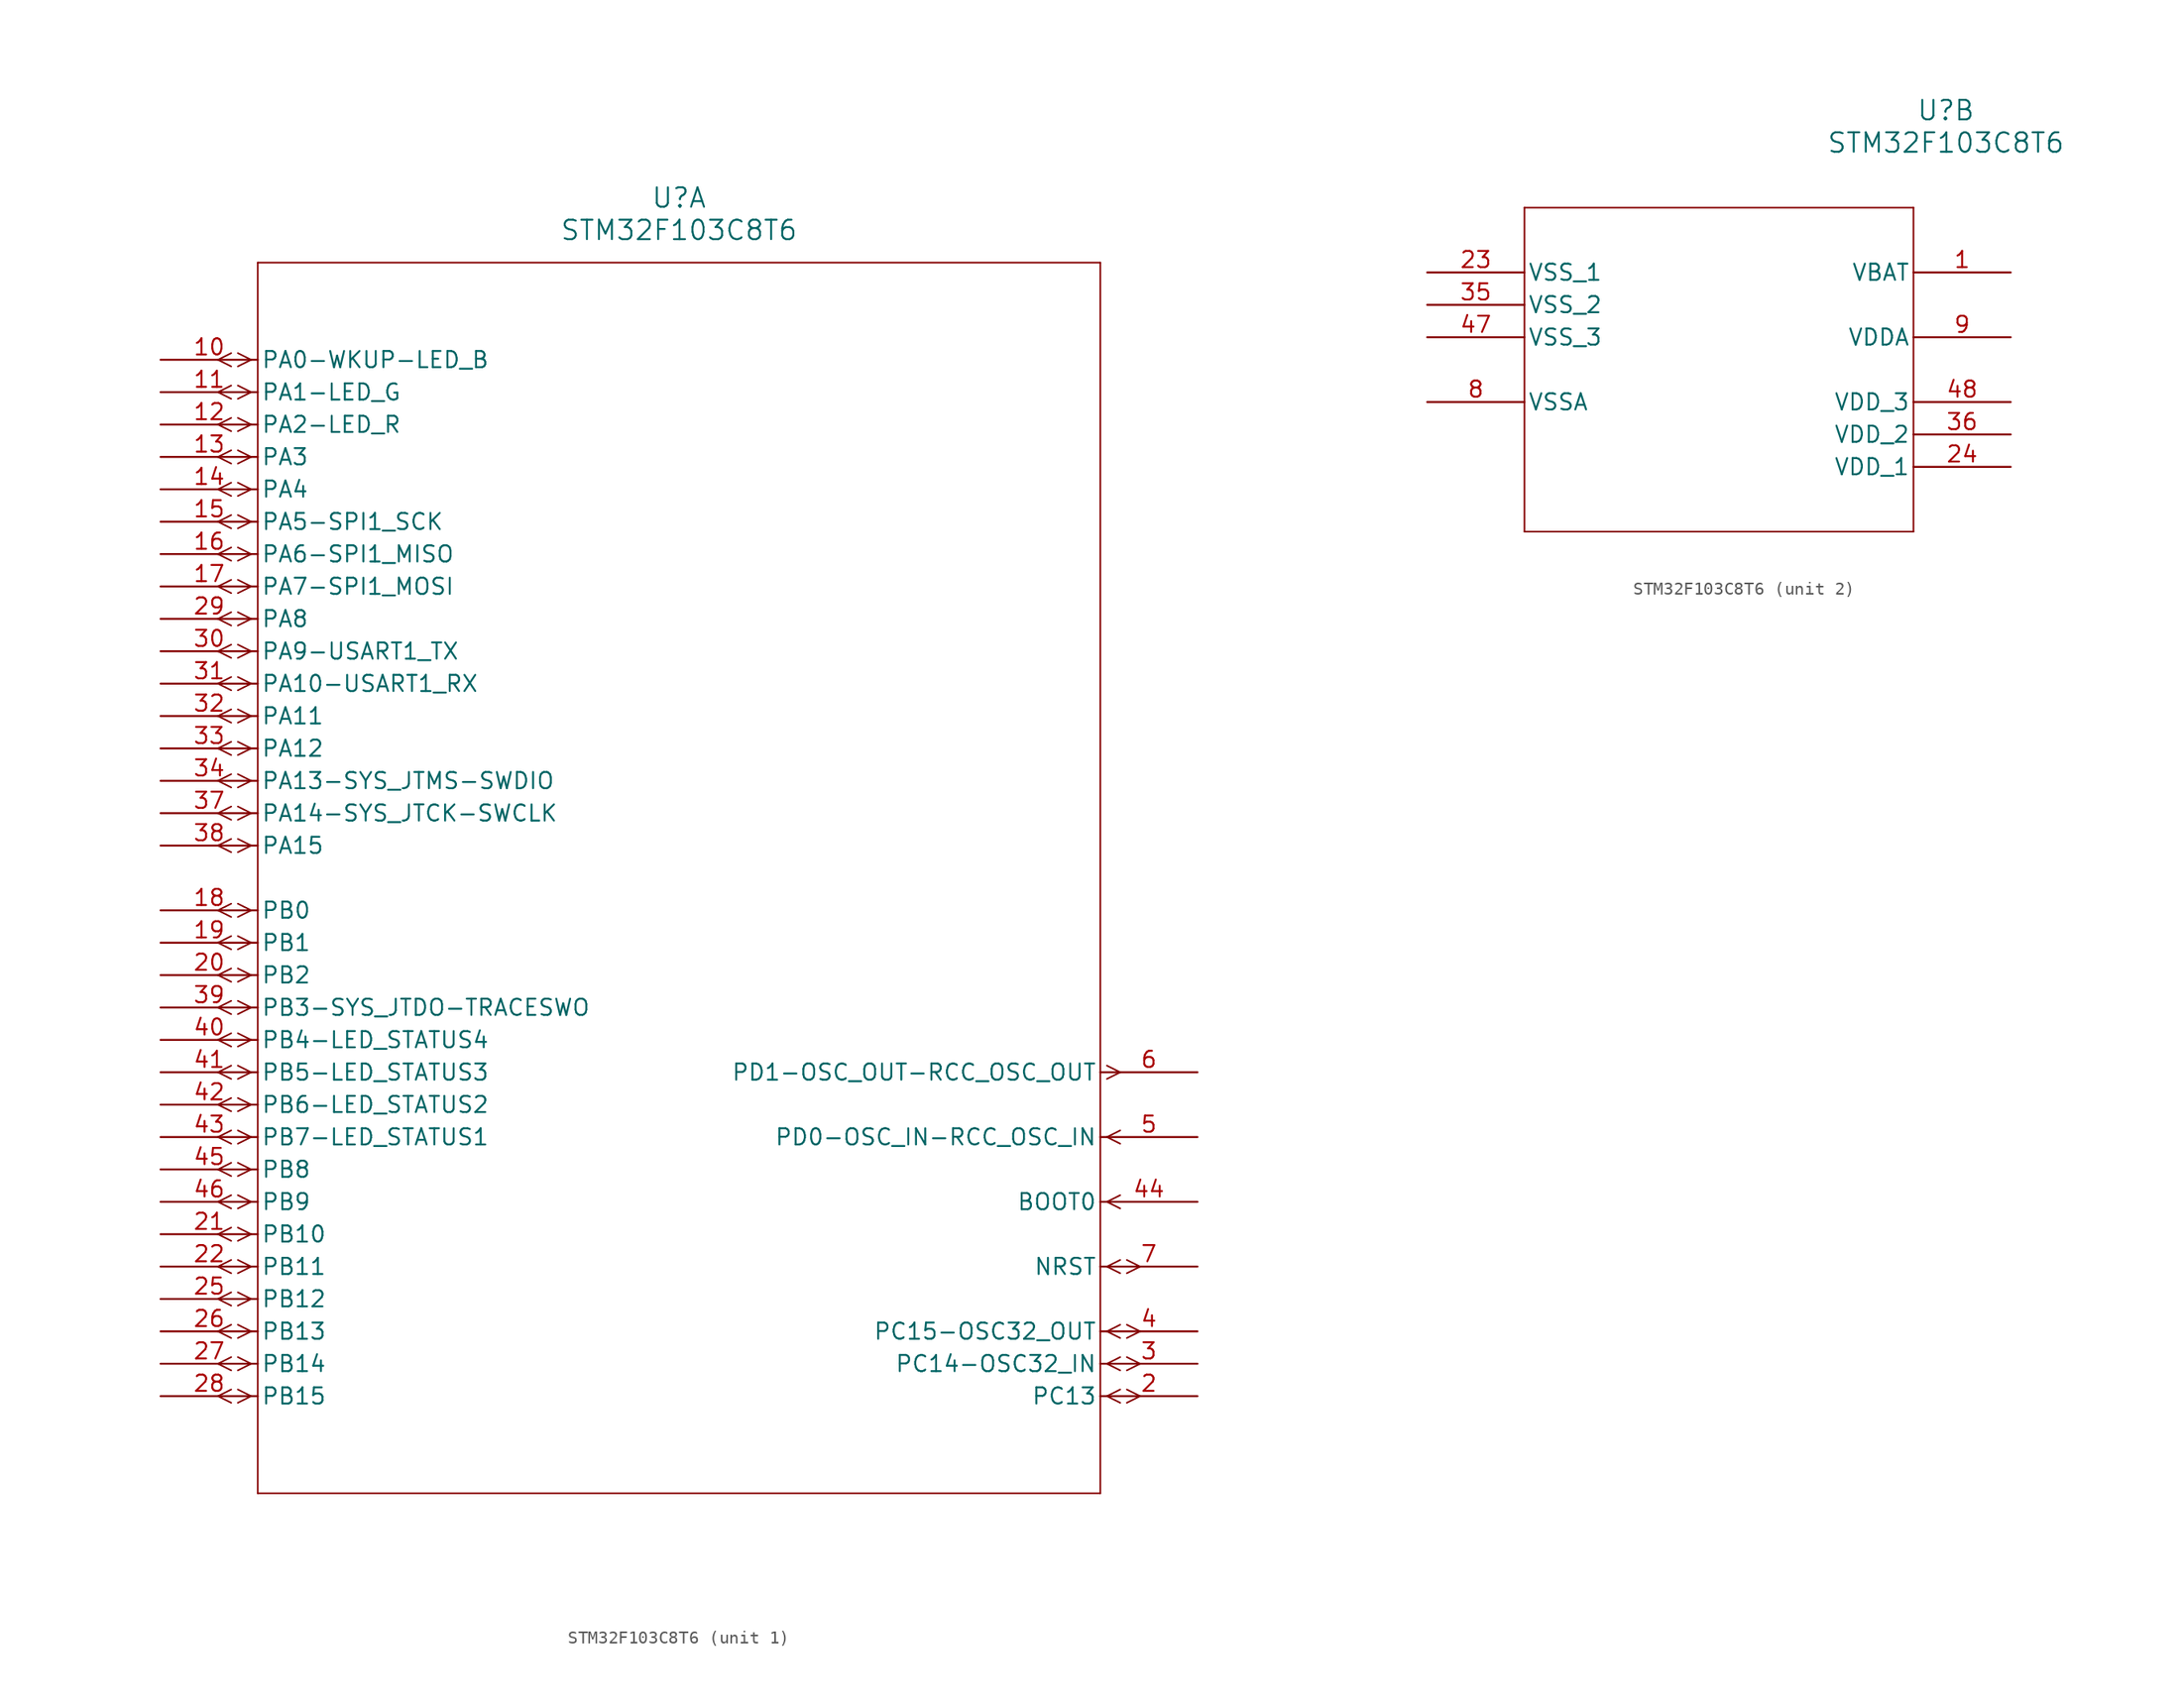
<source format=kicad_sym>
(kicad_symbol_lib
  (version 20211014)
  (generator kicad_symbol_editor)
  (symbol "STM32F103C8T6"
    (pin_names
      (offset 0.254))
    (property "Reference" "U"
      (at 40.64 12.7 0)
      (effects (font (size 1.524 1.524))))
    (property "Value" "STM32F103C8T6"
      (at 40.64 10.16 0)
      (effects (font (size 1.524 1.524))))
    (symbol "STM32F103C8T6_1_1"
      (polyline (pts (xy 7.099 0) (xy 6.058 0.521)) (stroke (width 0.127) (type default) (color 0 0 0 0)) (fill (type none)))
      (polyline (pts (xy 7.099 0) (xy 6.058 -0.521)) (stroke (width 0.127) (type default) (color 0 0 0 0)) (fill (type none)))
      (polyline (pts (xy 5.537 0.521) (xy 4.496 0)) (stroke (width 0.127) (type default) (color 0 0 0 0)) (fill (type none)))
      (polyline (pts (xy 5.537 -0.521) (xy 4.496 0)) (stroke (width 0.127) (type default) (color 0 0 0 0)) (fill (type none)))
      (polyline (pts (xy 7.099 -2.54) (xy 6.058 -2.019)) (stroke (width 0.127) (type default) (color 0 0 0 0)) (fill (type none)))
      (polyline (pts (xy 7.099 -2.54) (xy 6.058 -3.061)) (stroke (width 0.127) (type default) (color 0 0 0 0)) (fill (type none)))
      (polyline (pts (xy 5.537 -2.019) (xy 4.496 -2.54)) (stroke (width 0.127) (type default) (color 0 0 0 0)) (fill (type none)))
      (polyline (pts (xy 5.537 -3.061) (xy 4.496 -2.54)) (stroke (width 0.127) (type default) (color 0 0 0 0)) (fill (type none)))
      (polyline (pts (xy 7.099 -5.08) (xy 6.058 -4.559)) (stroke (width 0.127) (type default) (color 0 0 0 0)) (fill (type none)))
      (polyline (pts (xy 7.099 -5.08) (xy 6.058 -5.601)) (stroke (width 0.127) (type default) (color 0 0 0 0)) (fill (type none)))
      (polyline (pts (xy 5.537 -4.559) (xy 4.496 -5.08)) (stroke (width 0.127) (type default) (color 0 0 0 0)) (fill (type none)))
      (polyline (pts (xy 5.537 -5.601) (xy 4.496 -5.08)) (stroke (width 0.127) (type default) (color 0 0 0 0)) (fill (type none)))
      (polyline (pts (xy 7.099 -7.62) (xy 6.058 -7.099)) (stroke (width 0.127) (type default) (color 0 0 0 0)) (fill (type none)))
      (polyline (pts (xy 7.099 -7.62) (xy 6.058 -8.141)) (stroke (width 0.127) (type default) (color 0 0 0 0)) (fill (type none)))
      (polyline (pts (xy 5.537 -7.099) (xy 4.496 -7.62)) (stroke (width 0.127) (type default) (color 0 0 0 0)) (fill (type none)))
      (polyline (pts (xy 5.537 -8.141) (xy 4.496 -7.62)) (stroke (width 0.127) (type default) (color 0 0 0 0)) (fill (type none)))
      (polyline (pts (xy 7.099 -10.16) (xy 6.058 -9.639)) (stroke (width 0.127) (type default) (color 0 0 0 0)) (fill (type none)))
      (polyline (pts (xy 7.099 -10.16) (xy 6.058 -10.681)) (stroke (width 0.127) (type default) (color 0 0 0 0)) (fill (type none)))
      (polyline (pts (xy 5.537 -9.639) (xy 4.496 -10.16)) (stroke (width 0.127) (type default) (color 0 0 0 0)) (fill (type none)))
      (polyline (pts (xy 5.537 -10.681) (xy 4.496 -10.16)) (stroke (width 0.127) (type default) (color 0 0 0 0)) (fill (type none)))
      (polyline (pts (xy 7.099 -12.7) (xy 6.058 -12.179)) (stroke (width 0.127) (type default) (color 0 0 0 0)) (fill (type none)))
      (polyline (pts (xy 7.099 -12.7) (xy 6.058 -13.221)) (stroke (width 0.127) (type default) (color 0 0 0 0)) (fill (type none)))
      (polyline (pts (xy 5.537 -12.179) (xy 4.496 -12.7)) (stroke (width 0.127) (type default) (color 0 0 0 0)) (fill (type none)))
      (polyline (pts (xy 5.537 -13.221) (xy 4.496 -12.7)) (stroke (width 0.127) (type default) (color 0 0 0 0)) (fill (type none)))
      (polyline (pts (xy 7.099 -15.24) (xy 6.058 -14.719)) (stroke (width 0.127) (type default) (color 0 0 0 0)) (fill (type none)))
      (polyline (pts (xy 7.099 -15.24) (xy 6.058 -15.761)) (stroke (width 0.127) (type default) (color 0 0 0 0)) (fill (type none)))
      (polyline (pts (xy 5.537 -14.719) (xy 4.496 -15.24)) (stroke (width 0.127) (type default) (color 0 0 0 0)) (fill (type none)))
      (polyline (pts (xy 5.537 -15.761) (xy 4.496 -15.24)) (stroke (width 0.127) (type default) (color 0 0 0 0)) (fill (type none)))
      (polyline (pts (xy 7.099 -17.78) (xy 6.058 -17.259)) (stroke (width 0.127) (type default) (color 0 0 0 0)) (fill (type none)))
      (polyline (pts (xy 7.099 -17.78) (xy 6.058 -18.301)) (stroke (width 0.127) (type default) (color 0 0 0 0)) (fill (type none)))
      (polyline (pts (xy 5.537 -17.259) (xy 4.496 -17.78)) (stroke (width 0.127) (type default) (color 0 0 0 0)) (fill (type none)))
      (polyline (pts (xy 5.537 -18.301) (xy 4.496 -17.78)) (stroke (width 0.127) (type default) (color 0 0 0 0)) (fill (type none)))
      (polyline (pts (xy 7.099 -20.32) (xy 6.058 -19.799)) (stroke (width 0.127) (type default) (color 0 0 0 0)) (fill (type none)))
      (polyline (pts (xy 7.099 -20.32) (xy 6.058 -20.841)) (stroke (width 0.127) (type default) (color 0 0 0 0)) (fill (type none)))
      (polyline (pts (xy 5.537 -19.799) (xy 4.496 -20.32)) (stroke (width 0.127) (type default) (color 0 0 0 0)) (fill (type none)))
      (polyline (pts (xy 5.537 -20.841) (xy 4.496 -20.32)) (stroke (width 0.127) (type default) (color 0 0 0 0)) (fill (type none)))
      (polyline (pts (xy 7.099 -22.86) (xy 6.058 -22.339)) (stroke (width 0.127) (type default) (color 0 0 0 0)) (fill (type none)))
      (polyline (pts (xy 7.099 -22.86) (xy 6.058 -23.381)) (stroke (width 0.127) (type default) (color 0 0 0 0)) (fill (type none)))
      (polyline (pts (xy 5.537 -22.339) (xy 4.496 -22.86)) (stroke (width 0.127) (type default) (color 0 0 0 0)) (fill (type none)))
      (polyline (pts (xy 5.537 -23.381) (xy 4.496 -22.86)) (stroke (width 0.127) (type default) (color 0 0 0 0)) (fill (type none)))
      (polyline (pts (xy 7.099 -25.4) (xy 6.058 -24.879)) (stroke (width 0.127) (type default) (color 0 0 0 0)) (fill (type none)))
      (polyline (pts (xy 7.099 -25.4) (xy 6.058 -25.921)) (stroke (width 0.127) (type default) (color 0 0 0 0)) (fill (type none)))
      (polyline (pts (xy 5.537 -24.879) (xy 4.496 -25.4)) (stroke (width 0.127) (type default) (color 0 0 0 0)) (fill (type none)))
      (polyline (pts (xy 5.537 -25.921) (xy 4.496 -25.4)) (stroke (width 0.127) (type default) (color 0 0 0 0)) (fill (type none)))
      (polyline (pts (xy 7.099 -27.94) (xy 6.058 -27.419)) (stroke (width 0.127) (type default) (color 0 0 0 0)) (fill (type none)))
      (polyline (pts (xy 7.099 -27.94) (xy 6.058 -28.461)) (stroke (width 0.127) (type default) (color 0 0 0 0)) (fill (type none)))
      (polyline (pts (xy 5.537 -27.419) (xy 4.496 -27.94)) (stroke (width 0.127) (type default) (color 0 0 0 0)) (fill (type none)))
      (polyline (pts (xy 5.537 -28.461) (xy 4.496 -27.94)) (stroke (width 0.127) (type default) (color 0 0 0 0)) (fill (type none)))
      (polyline (pts (xy 7.099 -30.48) (xy 6.058 -29.959)) (stroke (width 0.127) (type default) (color 0 0 0 0)) (fill (type none)))
      (polyline (pts (xy 7.099 -30.48) (xy 6.058 -31.001)) (stroke (width 0.127) (type default) (color 0 0 0 0)) (fill (type none)))
      (polyline (pts (xy 5.537 -29.959) (xy 4.496 -30.48)) (stroke (width 0.127) (type default) (color 0 0 0 0)) (fill (type none)))
      (polyline (pts (xy 5.537 -31.001) (xy 4.496 -30.48)) (stroke (width 0.127) (type default) (color 0 0 0 0)) (fill (type none)))
      (polyline (pts (xy 7.099 -33.02) (xy 6.058 -32.499)) (stroke (width 0.127) (type default) (color 0 0 0 0)) (fill (type none)))
      (polyline (pts (xy 7.099 -33.02) (xy 6.058 -33.541)) (stroke (width 0.127) (type default) (color 0 0 0 0)) (fill (type none)))
      (polyline (pts (xy 5.537 -32.499) (xy 4.496 -33.02)) (stroke (width 0.127) (type default) (color 0 0 0 0)) (fill (type none)))
      (polyline (pts (xy 5.537 -33.541) (xy 4.496 -33.02)) (stroke (width 0.127) (type default) (color 0 0 0 0)) (fill (type none)))
      (polyline (pts (xy 7.099 -35.56) (xy 6.058 -35.039)) (stroke (width 0.127) (type default) (color 0 0 0 0)) (fill (type none)))
      (polyline (pts (xy 7.099 -35.56) (xy 6.058 -36.081)) (stroke (width 0.127) (type default) (color 0 0 0 0)) (fill (type none)))
      (polyline (pts (xy 5.537 -35.039) (xy 4.496 -35.56)) (stroke (width 0.127) (type default) (color 0 0 0 0)) (fill (type none)))
      (polyline (pts (xy 5.537 -36.081) (xy 4.496 -35.56)) (stroke (width 0.127) (type default) (color 0 0 0 0)) (fill (type none)))
      (polyline (pts (xy 7.099 -38.1) (xy 6.058 -37.579)) (stroke (width 0.127) (type default) (color 0 0 0 0)) (fill (type none)))
      (polyline (pts (xy 7.099 -38.1) (xy 6.058 -38.621)) (stroke (width 0.127) (type default) (color 0 0 0 0)) (fill (type none)))
      (polyline (pts (xy 5.537 -37.579) (xy 4.496 -38.1)) (stroke (width 0.127) (type default) (color 0 0 0 0)) (fill (type none)))
      (polyline (pts (xy 5.537 -38.621) (xy 4.496 -38.1)) (stroke (width 0.127) (type default) (color 0 0 0 0)) (fill (type none)))
      (polyline (pts (xy 7.099 -43.18) (xy 6.058 -42.659)) (stroke (width 0.127) (type default) (color 0 0 0 0)) (fill (type none)))
      (polyline (pts (xy 7.099 -43.18) (xy 6.058 -43.701)) (stroke (width 0.127) (type default) (color 0 0 0 0)) (fill (type none)))
      (polyline (pts (xy 5.537 -42.659) (xy 4.496 -43.18)) (stroke (width 0.127) (type default) (color 0 0 0 0)) (fill (type none)))
      (polyline (pts (xy 5.537 -43.701) (xy 4.496 -43.18)) (stroke (width 0.127) (type default) (color 0 0 0 0)) (fill (type none)))
      (polyline (pts (xy 7.099 -45.72) (xy 6.058 -45.199)) (stroke (width 0.127) (type default) (color 0 0 0 0)) (fill (type none)))
      (polyline (pts (xy 7.099 -45.72) (xy 6.058 -46.241)) (stroke (width 0.127) (type default) (color 0 0 0 0)) (fill (type none)))
      (polyline (pts (xy 5.537 -45.199) (xy 4.496 -45.72)) (stroke (width 0.127) (type default) (color 0 0 0 0)) (fill (type none)))
      (polyline (pts (xy 5.537 -46.241) (xy 4.496 -45.72)) (stroke (width 0.127) (type default) (color 0 0 0 0)) (fill (type none)))
      (polyline (pts (xy 7.099 -48.26) (xy 6.058 -47.739)) (stroke (width 0.127) (type default) (color 0 0 0 0)) (fill (type none)))
      (polyline (pts (xy 7.099 -48.26) (xy 6.058 -48.781)) (stroke (width 0.127) (type default) (color 0 0 0 0)) (fill (type none)))
      (polyline (pts (xy 5.537 -47.739) (xy 4.496 -48.26)) (stroke (width 0.127) (type default) (color 0 0 0 0)) (fill (type none)))
      (polyline (pts (xy 5.537 -48.781) (xy 4.496 -48.26)) (stroke (width 0.127) (type default) (color 0 0 0 0)) (fill (type none)))
      (polyline (pts (xy 7.099 -50.8) (xy 6.058 -50.279)) (stroke (width 0.127) (type default) (color 0 0 0 0)) (fill (type none)))
      (polyline (pts (xy 7.099 -50.8) (xy 6.058 -51.321)) (stroke (width 0.127) (type default) (color 0 0 0 0)) (fill (type none)))
      (polyline (pts (xy 5.537 -50.279) (xy 4.496 -50.8)) (stroke (width 0.127) (type default) (color 0 0 0 0)) (fill (type none)))
      (polyline (pts (xy 5.537 -51.321) (xy 4.496 -50.8)) (stroke (width 0.127) (type default) (color 0 0 0 0)) (fill (type none)))
      (polyline (pts (xy 7.099 -53.34) (xy 6.058 -52.819)) (stroke (width 0.127) (type default) (color 0 0 0 0)) (fill (type none)))
      (polyline (pts (xy 7.099 -53.34) (xy 6.058 -53.861)) (stroke (width 0.127) (type default) (color 0 0 0 0)) (fill (type none)))
      (polyline (pts (xy 5.537 -52.819) (xy 4.496 -53.34)) (stroke (width 0.127) (type default) (color 0 0 0 0)) (fill (type none)))
      (polyline (pts (xy 5.537 -53.861) (xy 4.496 -53.34)) (stroke (width 0.127) (type default) (color 0 0 0 0)) (fill (type none)))
      (polyline (pts (xy 7.099 -55.88) (xy 6.058 -55.359)) (stroke (width 0.127) (type default) (color 0 0 0 0)) (fill (type none)))
      (polyline (pts (xy 7.099 -55.88) (xy 6.058 -56.401)) (stroke (width 0.127) (type default) (color 0 0 0 0)) (fill (type none)))
      (polyline (pts (xy 5.537 -55.359) (xy 4.496 -55.88)) (stroke (width 0.127) (type default) (color 0 0 0 0)) (fill (type none)))
      (polyline (pts (xy 5.537 -56.401) (xy 4.496 -55.88)) (stroke (width 0.127) (type default) (color 0 0 0 0)) (fill (type none)))
      (polyline (pts (xy 7.099 -58.42) (xy 6.058 -57.899)) (stroke (width 0.127) (type default) (color 0 0 0 0)) (fill (type none)))
      (polyline (pts (xy 7.099 -58.42) (xy 6.058 -58.941)) (stroke (width 0.127) (type default) (color 0 0 0 0)) (fill (type none)))
      (polyline (pts (xy 5.537 -57.899) (xy 4.496 -58.42)) (stroke (width 0.127) (type default) (color 0 0 0 0)) (fill (type none)))
      (polyline (pts (xy 5.537 -58.941) (xy 4.496 -58.42)) (stroke (width 0.127) (type default) (color 0 0 0 0)) (fill (type none)))
      (polyline (pts (xy 7.099 -60.96) (xy 6.058 -60.439)) (stroke (width 0.127) (type default) (color 0 0 0 0)) (fill (type none)))
      (polyline (pts (xy 7.099 -60.96) (xy 6.058 -61.481)) (stroke (width 0.127) (type default) (color 0 0 0 0)) (fill (type none)))
      (polyline (pts (xy 5.537 -60.439) (xy 4.496 -60.96)) (stroke (width 0.127) (type default) (color 0 0 0 0)) (fill (type none)))
      (polyline (pts (xy 5.537 -61.481) (xy 4.496 -60.96)) (stroke (width 0.127) (type default) (color 0 0 0 0)) (fill (type none)))
      (polyline (pts (xy 7.099 -63.5) (xy 6.058 -62.979)) (stroke (width 0.127) (type default) (color 0 0 0 0)) (fill (type none)))
      (polyline (pts (xy 7.099 -63.5) (xy 6.058 -64.021)) (stroke (width 0.127) (type default) (color 0 0 0 0)) (fill (type none)))
      (polyline (pts (xy 5.537 -62.979) (xy 4.496 -63.5)) (stroke (width 0.127) (type default) (color 0 0 0 0)) (fill (type none)))
      (polyline (pts (xy 5.537 -64.021) (xy 4.496 -63.5)) (stroke (width 0.127) (type default) (color 0 0 0 0)) (fill (type none)))
      (polyline (pts (xy 7.099 -66.04) (xy 6.058 -65.519)) (stroke (width 0.127) (type default) (color 0 0 0 0)) (fill (type none)))
      (polyline (pts (xy 7.099 -66.04) (xy 6.058 -66.561)) (stroke (width 0.127) (type default) (color 0 0 0 0)) (fill (type none)))
      (polyline (pts (xy 5.537 -65.519) (xy 4.496 -66.04)) (stroke (width 0.127) (type default) (color 0 0 0 0)) (fill (type none)))
      (polyline (pts (xy 5.537 -66.561) (xy 4.496 -66.04)) (stroke (width 0.127) (type default) (color 0 0 0 0)) (fill (type none)))
      (polyline (pts (xy 7.099 -68.58) (xy 6.058 -68.059)) (stroke (width 0.127) (type default) (color 0 0 0 0)) (fill (type none)))
      (polyline (pts (xy 7.099 -68.58) (xy 6.058 -69.101)) (stroke (width 0.127) (type default) (color 0 0 0 0)) (fill (type none)))
      (polyline (pts (xy 5.537 -68.059) (xy 4.496 -68.58)) (stroke (width 0.127) (type default) (color 0 0 0 0)) (fill (type none)))
      (polyline (pts (xy 5.537 -69.101) (xy 4.496 -68.58)) (stroke (width 0.127) (type default) (color 0 0 0 0)) (fill (type none)))
      (polyline (pts (xy 7.099 -71.12) (xy 6.058 -70.599)) (stroke (width 0.127) (type default) (color 0 0 0 0)) (fill (type none)))
      (polyline (pts (xy 7.099 -71.12) (xy 6.058 -71.641)) (stroke (width 0.127) (type default) (color 0 0 0 0)) (fill (type none)))
      (polyline (pts (xy 5.537 -70.599) (xy 4.496 -71.12)) (stroke (width 0.127) (type default) (color 0 0 0 0)) (fill (type none)))
      (polyline (pts (xy 5.537 -71.641) (xy 4.496 -71.12)) (stroke (width 0.127) (type default) (color 0 0 0 0)) (fill (type none)))
      (polyline (pts (xy 7.099 -73.66) (xy 6.058 -73.139)) (stroke (width 0.127) (type default) (color 0 0 0 0)) (fill (type none)))
      (polyline (pts (xy 7.099 -73.66) (xy 6.058 -74.181)) (stroke (width 0.127) (type default) (color 0 0 0 0)) (fill (type none)))
      (polyline (pts (xy 5.537 -73.139) (xy 4.496 -73.66)) (stroke (width 0.127) (type default) (color 0 0 0 0)) (fill (type none)))
      (polyline (pts (xy 5.537 -74.181) (xy 4.496 -73.66)) (stroke (width 0.127) (type default) (color 0 0 0 0)) (fill (type none)))
      (polyline (pts (xy 7.099 -76.2) (xy 6.058 -75.679)) (stroke (width 0.127) (type default) (color 0 0 0 0)) (fill (type none)))
      (polyline (pts (xy 7.099 -76.2) (xy 6.058 -76.721)) (stroke (width 0.127) (type default) (color 0 0 0 0)) (fill (type none)))
      (polyline (pts (xy 5.537 -75.679) (xy 4.496 -76.2)) (stroke (width 0.127) (type default) (color 0 0 0 0)) (fill (type none)))
      (polyline (pts (xy 5.537 -76.721) (xy 4.496 -76.2)) (stroke (width 0.127) (type default) (color 0 0 0 0)) (fill (type none)))
      (polyline (pts (xy 7.099 -78.74) (xy 6.058 -78.219)) (stroke (width 0.127) (type default) (color 0 0 0 0)) (fill (type none)))
      (polyline (pts (xy 7.099 -78.74) (xy 6.058 -79.261)) (stroke (width 0.127) (type default) (color 0 0 0 0)) (fill (type none)))
      (polyline (pts (xy 5.537 -78.219) (xy 4.496 -78.74)) (stroke (width 0.127) (type default) (color 0 0 0 0)) (fill (type none)))
      (polyline (pts (xy 5.537 -79.261) (xy 4.496 -78.74)) (stroke (width 0.127) (type default) (color 0 0 0 0)) (fill (type none)))
      (polyline (pts (xy 7.099 -81.28) (xy 6.058 -80.759)) (stroke (width 0.127) (type default) (color 0 0 0 0)) (fill (type none)))
      (polyline (pts (xy 7.099 -81.28) (xy 6.058 -81.801)) (stroke (width 0.127) (type default) (color 0 0 0 0)) (fill (type none)))
      (polyline (pts (xy 5.537 -80.759) (xy 4.496 -81.28)) (stroke (width 0.127) (type default) (color 0 0 0 0)) (fill (type none)))
      (polyline (pts (xy 5.537 -81.801) (xy 4.496 -81.28)) (stroke (width 0.127) (type default) (color 0 0 0 0)) (fill (type none)))
      (polyline (pts (xy 74.181 -81.28) (xy 75.222 -80.759)) (stroke (width 0.127) (type default) (color 0 0 0 0)) (fill (type none)))
      (polyline (pts (xy 74.181 -81.28) (xy 75.222 -81.801)) (stroke (width 0.127) (type default) (color 0 0 0 0)) (fill (type none)))
      (polyline (pts (xy 75.743 -80.759) (xy 76.784 -81.28)) (stroke (width 0.127) (type default) (color 0 0 0 0)) (fill (type none)))
      (polyline (pts (xy 75.743 -81.801) (xy 76.784 -81.28)) (stroke (width 0.127) (type default) (color 0 0 0 0)) (fill (type none)))
      (polyline (pts (xy 74.181 -78.74) (xy 75.222 -78.219)) (stroke (width 0.127) (type default) (color 0 0 0 0)) (fill (type none)))
      (polyline (pts (xy 74.181 -78.74) (xy 75.222 -79.261)) (stroke (width 0.127) (type default) (color 0 0 0 0)) (fill (type none)))
      (polyline (pts (xy 75.743 -78.219) (xy 76.784 -78.74)) (stroke (width 0.127) (type default) (color 0 0 0 0)) (fill (type none)))
      (polyline (pts (xy 75.743 -79.261) (xy 76.784 -78.74)) (stroke (width 0.127) (type default) (color 0 0 0 0)) (fill (type none)))
      (polyline (pts (xy 74.181 -76.2) (xy 75.222 -75.679)) (stroke (width 0.127) (type default) (color 0 0 0 0)) (fill (type none)))
      (polyline (pts (xy 74.181 -76.2) (xy 75.222 -76.721)) (stroke (width 0.127) (type default) (color 0 0 0 0)) (fill (type none)))
      (polyline (pts (xy 75.743 -75.679) (xy 76.784 -76.2)) (stroke (width 0.127) (type default) (color 0 0 0 0)) (fill (type none)))
      (polyline (pts (xy 75.743 -76.721) (xy 76.784 -76.2)) (stroke (width 0.127) (type default) (color 0 0 0 0)) (fill (type none)))
      (polyline (pts (xy 74.181 -71.12) (xy 75.222 -70.599)) (stroke (width 0.127) (type default) (color 0 0 0 0)) (fill (type none)))
      (polyline (pts (xy 74.181 -71.12) (xy 75.222 -71.641)) (stroke (width 0.127) (type default) (color 0 0 0 0)) (fill (type none)))
      (polyline (pts (xy 75.743 -70.599) (xy 76.784 -71.12)) (stroke (width 0.127) (type default) (color 0 0 0 0)) (fill (type none)))
      (polyline (pts (xy 75.743 -71.641) (xy 76.784 -71.12)) (stroke (width 0.127) (type default) (color 0 0 0 0)) (fill (type none)))
      (polyline (pts (xy 74.181 -66.04) (xy 75.222 -65.519)) (stroke (width 0.127) (type default) (color 0 0 0 0)) (fill (type none)))
      (polyline (pts (xy 74.181 -66.04) (xy 75.222 -66.561)) (stroke (width 0.127) (type default) (color 0 0 0 0)) (fill (type none)))
      (polyline (pts (xy 74.181 -60.96) (xy 75.222 -60.439)) (stroke (width 0.127) (type default) (color 0 0 0 0)) (fill (type none)))
      (polyline (pts (xy 74.181 -60.96) (xy 75.222 -61.481)) (stroke (width 0.127) (type default) (color 0 0 0 0)) (fill (type none)))
      (polyline (pts (xy 74.181 -55.359) (xy 75.222 -55.88)) (stroke (width 0.127) (type default) (color 0 0 0 0)) (fill (type none)))
      (polyline (pts (xy 74.181 -56.401) (xy 75.222 -55.88)) (stroke (width 0.127) (type default) (color 0 0 0 0)) (fill (type none)))
      (polyline (pts (xy 7.62 7.62) (xy 7.62 -88.9)) (stroke (width 0.127) (type default) (color 0 0 0 0)) (fill (type none)))
      (polyline (pts (xy 7.62 -88.9) (xy 73.66 -88.9)) (stroke (width 0.127) (type default) (color 0 0 0 0)) (fill (type none)))
      (polyline (pts (xy 73.66 -88.9) (xy 73.66 7.62)) (stroke (width 0.127) (type default) (color 0 0 0 0)) (fill (type none)))
      (polyline (pts (xy 73.66 7.62) (xy 7.62 7.62)) (stroke (width 0.127) (type default) (color 0 0 0 0)) (fill (type none)))
      (pin bidirectional line (at 81.28 -81.28 180) (length 7.62) (name "PC13" (effects (font (size 1.27 1.27)))) (number "2" (effects (font (size 1.27 1.27)))))
      (pin bidirectional line (at 81.28 -78.74 180) (length 7.62) (name "PC14-OSC32_IN" (effects (font (size 1.27 1.27)))) (number "3" (effects (font (size 1.27 1.27)))))
      (pin bidirectional line (at 81.28 -76.2 180) (length 7.62) (name "PC15-OSC32_OUT" (effects (font (size 1.27 1.27)))) (number "4" (effects (font (size 1.27 1.27)))))
      (pin unspecified line (at 81.28 -60.96 180) (length 7.62) (name "PD0-OSC_IN-RCC_OSC_IN" (effects (font (size 1.27 1.27)))) (number "5" (effects (font (size 1.27 1.27)))))
      (pin unspecified line (at 81.28 -55.88 180) (length 7.62) (name "PD1-OSC_OUT-RCC_OSC_OUT" (effects (font (size 1.27 1.27)))) (number "6" (effects (font (size 1.27 1.27)))))
      (pin bidirectional line (at 81.28 -71.12 180) (length 7.62) (name "NRST" (effects (font (size 1.27 1.27)))) (number "7" (effects (font (size 1.27 1.27)))))
      (pin unspecified line (at 0 0 0) (length 7.62) (name "PA0-WKUP-LED_B" (effects (font (size 1.27 1.27)))) (number "10" (effects (font (size 1.27 1.27)))))
      (pin unspecified line (at 0 -2.54 0) (length 7.62) (name "PA1-LED_G" (effects (font (size 1.27 1.27)))) (number "11" (effects (font (size 1.27 1.27)))))
      (pin unspecified line (at 0 -5.08 0) (length 7.62) (name "PA2-LED_R" (effects (font (size 1.27 1.27)))) (number "12" (effects (font (size 1.27 1.27)))))
      (pin bidirectional line (at 0 -7.62 0) (length 7.62) (name "PA3" (effects (font (size 1.27 1.27)))) (number "13" (effects (font (size 1.27 1.27)))))
      (pin bidirectional line (at 0 -10.16 0) (length 7.62) (name "PA4" (effects (font (size 1.27 1.27)))) (number "14" (effects (font (size 1.27 1.27)))))
      (pin unspecified line (at 0 -12.7 0) (length 7.62) (name "PA5-SPI1_SCK" (effects (font (size 1.27 1.27)))) (number "15" (effects (font (size 1.27 1.27)))))
      (pin unspecified line (at 0 -15.24 0) (length 7.62) (name "PA6-SPI1_MISO" (effects (font (size 1.27 1.27)))) (number "16" (effects (font (size 1.27 1.27)))))
      (pin unspecified line (at 0 -17.78 0) (length 7.62) (name "PA7-SPI1_MOSI" (effects (font (size 1.27 1.27)))) (number "17" (effects (font (size 1.27 1.27)))))
      (pin bidirectional line (at 0 -43.18 0) (length 7.62) (name "PB0" (effects (font (size 1.27 1.27)))) (number "18" (effects (font (size 1.27 1.27)))))
      (pin bidirectional line (at 0 -45.72 0) (length 7.62) (name "PB1" (effects (font (size 1.27 1.27)))) (number "19" (effects (font (size 1.27 1.27)))))
      (pin bidirectional line (at 0 -48.26 0) (length 7.62) (name "PB2" (effects (font (size 1.27 1.27)))) (number "20" (effects (font (size 1.27 1.27)))))
      (pin bidirectional line (at 0 -68.58 0) (length 7.62) (name "PB10" (effects (font (size 1.27 1.27)))) (number "21" (effects (font (size 1.27 1.27)))))
      (pin bidirectional line (at 0 -71.12 0) (length 7.62) (name "PB11" (effects (font (size 1.27 1.27)))) (number "22" (effects (font (size 1.27 1.27)))))
      (pin bidirectional line (at 0 -73.66 0) (length 7.62) (name "PB12" (effects (font (size 1.27 1.27)))) (number "25" (effects (font (size 1.27 1.27)))))
      (pin bidirectional line (at 0 -76.2 0) (length 7.62) (name "PB13" (effects (font (size 1.27 1.27)))) (number "26" (effects (font (size 1.27 1.27)))))
      (pin bidirectional line (at 0 -78.74 0) (length 7.62) (name "PB14" (effects (font (size 1.27 1.27)))) (number "27" (effects (font (size 1.27 1.27)))))
      (pin bidirectional line (at 0 -81.28 0) (length 7.62) (name "PB15" (effects (font (size 1.27 1.27)))) (number "28" (effects (font (size 1.27 1.27)))))
      (pin bidirectional line (at 0 -20.32 0) (length 7.62) (name "PA8" (effects (font (size 1.27 1.27)))) (number "29" (effects (font (size 1.27 1.27)))))
      (pin unspecified line (at 0 -22.86 0) (length 7.62) (name "PA9-USART1_TX" (effects (font (size 1.27 1.27)))) (number "30" (effects (font (size 1.27 1.27)))))
      (pin unspecified line (at 0 -25.4 0) (length 7.62) (name "PA10-USART1_RX" (effects (font (size 1.27 1.27)))) (number "31" (effects (font (size 1.27 1.27)))))
      (pin bidirectional line (at 0 -27.94 0) (length 7.62) (name "PA11" (effects (font (size 1.27 1.27)))) (number "32" (effects (font (size 1.27 1.27)))))
      (pin bidirectional line (at 0 -30.48 0) (length 7.62) (name "PA12" (effects (font (size 1.27 1.27)))) (number "33" (effects (font (size 1.27 1.27)))))
      (pin unspecified line (at 0 -33.02 0) (length 7.62) (name "PA13-SYS_JTMS-SWDIO" (effects (font (size 1.27 1.27)))) (number "34" (effects (font (size 1.27 1.27)))))
      (pin unspecified line (at 0 -35.56 0) (length 7.62) (name "PA14-SYS_JTCK-SWCLK" (effects (font (size 1.27 1.27)))) (number "37" (effects (font (size 1.27 1.27)))))
      (pin bidirectional line (at 0 -38.1 0) (length 7.62) (name "PA15" (effects (font (size 1.27 1.27)))) (number "38" (effects (font (size 1.27 1.27)))))
      (pin unspecified line (at 0 -50.8 0) (length 7.62) (name "PB3-SYS_JTDO-TRACESWO" (effects (font (size 1.27 1.27)))) (number "39" (effects (font (size 1.27 1.27)))))
      (pin unspecified line (at 0 -53.34 0) (length 7.62) (name "PB4-LED_STATUS4" (effects (font (size 1.27 1.27)))) (number "40" (effects (font (size 1.27 1.27)))))
      (pin unspecified line (at 0 -55.88 0) (length 7.62) (name "PB5-LED_STATUS3" (effects (font (size 1.27 1.27)))) (number "41" (effects (font (size 1.27 1.27)))))
      (pin unspecified line (at 0 -58.42 0) (length 7.62) (name "PB6-LED_STATUS2" (effects (font (size 1.27 1.27)))) (number "42" (effects (font (size 1.27 1.27)))))
      (pin unspecified line (at 0 -60.96 0) (length 7.62) (name "PB7-LED_STATUS1" (effects (font (size 1.27 1.27)))) (number "43" (effects (font (size 1.27 1.27)))))
      (pin input line (at 81.28 -66.04 180) (length 7.62) (name "BOOT0" (effects (font (size 1.27 1.27)))) (number "44" (effects (font (size 1.27 1.27)))))
      (pin bidirectional line (at 0 -63.5 0) (length 7.62) (name "PB8" (effects (font (size 1.27 1.27)))) (number "45" (effects (font (size 1.27 1.27)))))
      (pin bidirectional line (at 0 -66.04 0) (length 7.62) (name "PB9" (effects (font (size 1.27 1.27)))) (number "46" (effects (font (size 1.27 1.27))))))
    (symbol "STM32F103C8T6_2_1"
      (polyline (pts (xy 7.62 5.08) (xy 7.62 -20.32)) (stroke (width 0.127) (type default) (color 0 0 0 0)) (fill (type none)))
      (polyline (pts (xy 7.62 -20.32) (xy 38.1 -20.32)) (stroke (width 0.127) (type default) (color 0 0 0 0)) (fill (type none)))
      (polyline (pts (xy 38.1 -20.32) (xy 38.1 5.08)) (stroke (width 0.127) (type default) (color 0 0 0 0)) (fill (type none)))
      (polyline (pts (xy 38.1 5.08) (xy 7.62 5.08)) (stroke (width 0.127) (type default) (color 0 0 0 0)) (fill (type none)))
      (pin power_in line (at 45.72 0 180) (length 7.62) (name "VBAT" (effects (font (size 1.27 1.27)))) (number "1" (effects (font (size 1.27 1.27)))))
      (pin power_in line (at 0 -10.16 0) (length 7.62) (name "VSSA" (effects (font (size 1.27 1.27)))) (number "8" (effects (font (size 1.27 1.27)))))
      (pin power_in line (at 45.72 -5.08 180) (length 7.62) (name "VDDA" (effects (font (size 1.27 1.27)))) (number "9" (effects (font (size 1.27 1.27)))))
      (pin power_in line (at 0 0 0) (length 7.62) (name "VSS_1" (effects (font (size 1.27 1.27)))) (number "23" (effects (font (size 1.27 1.27)))))
      (pin power_in line (at 45.72 -15.24 180) (length 7.62) (name "VDD_1" (effects (font (size 1.27 1.27)))) (number "24" (effects (font (size 1.27 1.27)))))
      (pin power_in line (at 0 -2.54 0) (length 7.62) (name "VSS_2" (effects (font (size 1.27 1.27)))) (number "35" (effects (font (size 1.27 1.27)))))
      (pin power_in line (at 45.72 -12.7 180) (length 7.62) (name "VDD_2" (effects (font (size 1.27 1.27)))) (number "36" (effects (font (size 1.27 1.27)))))
      (pin power_in line (at 0 -5.08 0) (length 7.62) (name "VSS_3" (effects (font (size 1.27 1.27)))) (number "47" (effects (font (size 1.27 1.27)))))
      (pin power_in line (at 45.72 -10.16 180) (length 7.62) (name "VDD_3" (effects (font (size 1.27 1.27)))) (number "48" (effects (font (size 1.27 1.27))))))))
</source>
